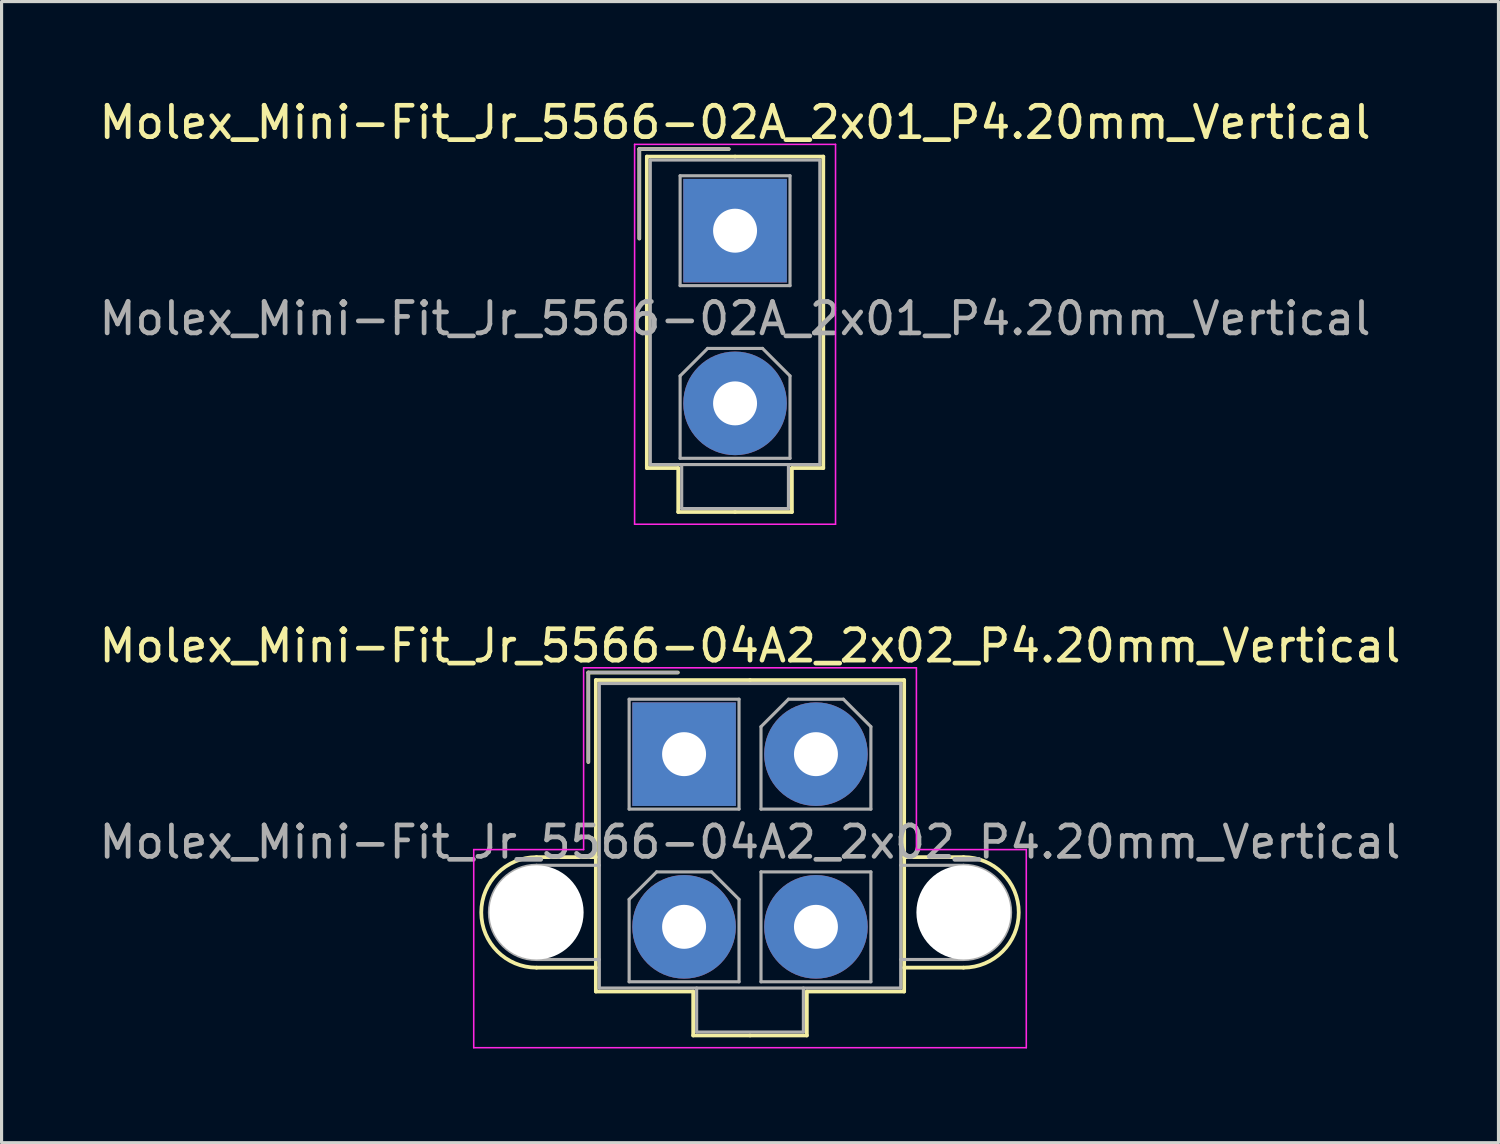
<source format=kicad_pcb>
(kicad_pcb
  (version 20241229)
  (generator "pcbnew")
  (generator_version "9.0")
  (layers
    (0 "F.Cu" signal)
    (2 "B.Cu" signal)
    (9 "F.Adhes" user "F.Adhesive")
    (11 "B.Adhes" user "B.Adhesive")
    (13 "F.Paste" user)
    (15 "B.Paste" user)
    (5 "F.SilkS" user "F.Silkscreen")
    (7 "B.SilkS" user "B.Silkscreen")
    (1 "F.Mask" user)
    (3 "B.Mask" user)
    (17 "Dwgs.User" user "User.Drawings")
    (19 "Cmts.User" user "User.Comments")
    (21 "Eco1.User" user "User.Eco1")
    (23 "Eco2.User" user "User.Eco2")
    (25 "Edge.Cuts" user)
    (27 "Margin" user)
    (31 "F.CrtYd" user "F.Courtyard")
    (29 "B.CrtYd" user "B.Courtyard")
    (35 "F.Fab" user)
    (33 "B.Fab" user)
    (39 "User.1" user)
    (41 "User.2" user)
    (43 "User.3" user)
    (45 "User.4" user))
  (footprint "Molex_Mini-Fit_Jr_5566-02A_2x01_P4.20mm_Vertical"
    (layer "F.Cu")
    (at 20.363 4.298)
    (property "Reference" "Molex_Mini-Fit_Jr_5566-02A_2x01_P4.20mm_Vertical" (at 0 -3.45 0) (layer "F.SilkS") (effects (font (size 1 1) (thickness 0.15))))
    (attr through_hole)
    (fp_line (start -3.05 -2.6) (end -3.05 0.25) (stroke (width 0.12) (type solid)) (layer "F.SilkS"))
    (fp_line (start -2.81 -2.36) (end -2.81 7.56) (stroke (width 0.12) (type solid)) (layer "F.SilkS"))
    (fp_line (start -2.81 7.56) (end -1.81 7.56) (stroke (width 0.12) (type solid)) (layer "F.SilkS"))
    (fp_line (start -1.81 7.56) (end -1.81 8.96) (stroke (width 0.12) (type solid)) (layer "F.SilkS"))
    (fp_line (start -1.81 8.96) (end 0 8.96) (stroke (width 0.12) (type solid)) (layer "F.SilkS"))
    (fp_line (start -0.2 -2.6) (end -3.05 -2.6) (stroke (width 0.12) (type solid)) (layer "F.SilkS"))
    (fp_line (start 0 -2.36) (end -2.81 -2.36) (stroke (width 0.12) (type solid)) (layer "F.SilkS"))
    (fp_line (start 0 -2.36) (end 2.81 -2.36) (stroke (width 0.12) (type solid)) (layer "F.SilkS"))
    (fp_line (start 1.81 7.56) (end 1.81 8.96) (stroke (width 0.12) (type solid)) (layer "F.SilkS"))
    (fp_line (start 1.81 8.96) (end 0 8.96) (stroke (width 0.12) (type solid)) (layer "F.SilkS"))
    (fp_line (start 2.81 -2.36) (end 2.81 7.56) (stroke (width 0.12) (type solid)) (layer "F.SilkS"))
    (fp_line (start 2.81 7.56) (end 1.81 7.56) (stroke (width 0.12) (type solid)) (layer "F.SilkS"))
    (fp_line (start -3.2 -2.75) (end -3.2 9.35) (stroke (width 0.05) (type solid)) (layer "F.CrtYd"))
    (fp_line (start -3.2 9.35) (end 3.2 9.35) (stroke (width 0.05) (type solid)) (layer "F.CrtYd"))
    (fp_line (start 3.2 -2.75) (end -3.2 -2.75) (stroke (width 0.05) (type solid)) (layer "F.CrtYd"))
    (fp_line (start 3.2 9.35) (end 3.2 -2.75) (stroke (width 0.05) (type solid)) (layer "F.CrtYd"))
    (fp_line (start -3.05 -2.6) (end -3.05 0.25) (stroke (width 0.1) (type solid)) (layer "F.Fab"))
    (fp_line (start -2.7 -2.25) (end -2.7 7.45) (stroke (width 0.1) (type solid)) (layer "F.Fab"))
    (fp_line (start -2.7 7.45) (end 2.7 7.45) (stroke (width 0.1) (type solid)) (layer "F.Fab"))
    (fp_line (start -1.75 -1.75) (end -1.75 1.75) (stroke (width 0.1) (type solid)) (layer "F.Fab"))
    (fp_line (start -1.75 1.75) (end 1.75 1.75) (stroke (width 0.1) (type solid)) (layer "F.Fab"))
    (fp_line (start -1.75 4.625) (end -0.875 3.75) (stroke (width 0.1) (type solid)) (layer "F.Fab"))
    (fp_line (start -1.75 7.25) (end -1.75 4.625) (stroke (width 0.1) (type solid)) (layer "F.Fab"))
    (fp_line (start -1.7 7.45) (end -1.7 8.85) (stroke (width 0.1) (type solid)) (layer "F.Fab"))
    (fp_line (start -1.7 8.85) (end 1.7 8.85) (stroke (width 0.1) (type solid)) (layer "F.Fab"))
    (fp_line (start -0.875 3.75) (end 0.875 3.75) (stroke (width 0.1) (type solid)) (layer "F.Fab"))
    (fp_line (start -0.2 -2.6) (end -3.05 -2.6) (stroke (width 0.1) (type solid)) (layer "F.Fab"))
    (fp_line (start 0.875 3.75) (end 1.75 4.625) (stroke (width 0.1) (type solid)) (layer "F.Fab"))
    (fp_line (start 1.7 8.85) (end 1.7 7.45) (stroke (width 0.1) (type solid)) (layer "F.Fab"))
    (fp_line (start 1.75 -1.75) (end -1.75 -1.75) (stroke (width 0.1) (type solid)) (layer "F.Fab"))
    (fp_line (start 1.75 1.75) (end 1.75 -1.75) (stroke (width 0.1) (type solid)) (layer "F.Fab"))
    (fp_line (start 1.75 4.625) (end 1.75 7.25) (stroke (width 0.1) (type solid)) (layer "F.Fab"))
    (fp_line (start 1.75 7.25) (end -1.75 7.25) (stroke (width 0.1) (type solid)) (layer "F.Fab"))
    (fp_line (start 2.7 -2.25) (end -2.7 -2.25) (stroke (width 0.1) (type solid)) (layer "F.Fab"))
    (fp_line (start 2.7 7.45) (end 2.7 -2.25) (stroke (width 0.1) (type solid)) (layer "F.Fab"))
    (fp_text user "${REFERENCE}" (at 0 2.8 0) (layer "F.Fab") (effects (font (size 1 1) (thickness 0.15))))
    (pad "1" thru_hole rect (at 0 0) (size 3.3 3.3) (drill 1.4) (layers "*.Cu" "*.Mask"))
    (pad "2" thru_hole circle (at 0 5.5) (size 3.3 3.3) (drill 1.4) (layers "*.Cu" "*.Mask")))
  (footprint "Molex_Mini-Fit_Jr_5566-04A2_2x02_P4.20mm_Vertical"
    (layer "F.Cu")
    (at 18.739 20.971)
    (property "Reference" "Molex_Mini-Fit_Jr_5566-04A2_2x02_P4.20mm_Vertical" (at 2.1 -3.45 0) (layer "F.SilkS") (effects (font (size 1 1) (thickness 0.15))))
    (attr through_hole)
    (fp_line (start -4.7 3.28) (end -2.81 3.28) (stroke (width 0.12) (type solid)) (layer "F.SilkS"))
    (fp_line (start -4.7 6.8) (end -2.81 6.8) (stroke (width 0.12) (type solid)) (layer "F.SilkS"))
    (fp_line (start -3.05 -2.6) (end -3.05 0.25) (stroke (width 0.12) (type solid)) (layer "F.SilkS"))
    (fp_line (start -2.81 -2.36) (end -2.81 7.56) (stroke (width 0.12) (type solid)) (layer "F.SilkS"))
    (fp_line (start -2.81 7.56) (end 0.29 7.56) (stroke (width 0.12) (type solid)) (layer "F.SilkS"))
    (fp_line (start -0.2 -2.6) (end -3.05 -2.6) (stroke (width 0.12) (type solid)) (layer "F.SilkS"))
    (fp_line (start 0.29 7.56) (end 0.29 8.96) (stroke (width 0.12) (type solid)) (layer "F.SilkS"))
    (fp_line (start 0.29 8.96) (end 2.1 8.96) (stroke (width 0.12) (type solid)) (layer "F.SilkS"))
    (fp_line (start 2.1 -2.36) (end -2.81 -2.36) (stroke (width 0.12) (type solid)) (layer "F.SilkS"))
    (fp_line (start 2.1 -2.36) (end 7.01 -2.36) (stroke (width 0.12) (type solid)) (layer "F.SilkS"))
    (fp_line (start 3.91 7.56) (end 3.91 8.96) (stroke (width 0.12) (type solid)) (layer "F.SilkS"))
    (fp_line (start 3.91 8.96) (end 2.1 8.96) (stroke (width 0.12) (type solid)) (layer "F.SilkS"))
    (fp_line (start 7.01 -2.36) (end 7.01 7.56) (stroke (width 0.12) (type solid)) (layer "F.SilkS"))
    (fp_line (start 7.01 7.56) (end 3.91 7.56) (stroke (width 0.12) (type solid)) (layer "F.SilkS"))
    (fp_line (start 8.9 3.28) (end 7.01 3.28) (stroke (width 0.12) (type solid)) (layer "F.SilkS"))
    (fp_line (start 8.9 6.8) (end 7.01 6.8) (stroke (width 0.12) (type solid)) (layer "F.SilkS"))
    (fp_arc (start -4.7 6.8) (mid -6.46 5.04) (end -4.7 3.28) (stroke (width 0.12) (type solid)) (layer "F.SilkS"))
    (fp_arc (start 8.9 3.28) (mid 10.66 5.04) (end 8.9 6.8) (stroke (width 0.12) (type solid)) (layer "F.SilkS"))
    (fp_line (start -6.7 3.04) (end -6.7 9.35) (stroke (width 0.05) (type solid)) (layer "F.CrtYd"))
    (fp_line (start -6.7 9.35) (end 10.9 9.35) (stroke (width 0.05) (type solid)) (layer "F.CrtYd"))
    (fp_line (start -3.2 -2.75) (end -3.2 3.04) (stroke (width 0.05) (type solid)) (layer "F.CrtYd"))
    (fp_line (start -3.2 3.04) (end -6.7 3.04) (stroke (width 0.05) (type solid)) (layer "F.CrtYd"))
    (fp_line (start 7.4 -2.75) (end -3.2 -2.75) (stroke (width 0.05) (type solid)) (layer "F.CrtYd"))
    (fp_line (start 7.4 3.04) (end 7.4 -2.75) (stroke (width 0.05) (type solid)) (layer "F.CrtYd"))
    (fp_line (start 10.9 3.04) (end 7.4 3.04) (stroke (width 0.05) (type solid)) (layer "F.CrtYd"))
    (fp_line (start 10.9 9.35) (end 10.9 3.04) (stroke (width 0.05) (type solid)) (layer "F.CrtYd"))
    (fp_line (start -4.7 3.54) (end -2.7 3.54) (stroke (width 0.1) (type solid)) (layer "F.Fab"))
    (fp_line (start -4.7 6.54) (end -2.7 6.54) (stroke (width 0.1) (type solid)) (layer "F.Fab"))
    (fp_line (start -3.05 -2.6) (end -3.05 0.25) (stroke (width 0.1) (type solid)) (layer "F.Fab"))
    (fp_line (start -2.7 -2.25) (end -2.7 7.45) (stroke (width 0.1) (type solid)) (layer "F.Fab"))
    (fp_line (start -2.7 7.45) (end 6.9 7.45) (stroke (width 0.1) (type solid)) (layer "F.Fab"))
    (fp_line (start -1.75 -1.75) (end -1.75 1.75) (stroke (width 0.1) (type solid)) (layer "F.Fab"))
    (fp_line (start -1.75 1.75) (end 1.75 1.75) (stroke (width 0.1) (type solid)) (layer "F.Fab"))
    (fp_line (start -1.75 4.625) (end -0.875 3.75) (stroke (width 0.1) (type solid)) (layer "F.Fab"))
    (fp_line (start -1.75 7.25) (end -1.75 4.625) (stroke (width 0.1) (type solid)) (layer "F.Fab"))
    (fp_line (start -0.875 3.75) (end 0.875 3.75) (stroke (width 0.1) (type solid)) (layer "F.Fab"))
    (fp_line (start -0.2 -2.6) (end -3.05 -2.6) (stroke (width 0.1) (type solid)) (layer "F.Fab"))
    (fp_line (start 0.4 7.45) (end 0.4 8.85) (stroke (width 0.1) (type solid)) (layer "F.Fab"))
    (fp_line (start 0.4 8.85) (end 3.8 8.85) (stroke (width 0.1) (type solid)) (layer "F.Fab"))
    (fp_line (start 0.875 3.75) (end 1.75 4.625) (stroke (width 0.1) (type solid)) (layer "F.Fab"))
    (fp_line (start 1.75 -1.75) (end -1.75 -1.75) (stroke (width 0.1) (type solid)) (layer "F.Fab"))
    (fp_line (start 1.75 1.75) (end 1.75 -1.75) (stroke (width 0.1) (type solid)) (layer "F.Fab"))
    (fp_line (start 1.75 4.625) (end 1.75 7.25) (stroke (width 0.1) (type solid)) (layer "F.Fab"))
    (fp_line (start 1.75 7.25) (end -1.75 7.25) (stroke (width 0.1) (type solid)) (layer "F.Fab"))
    (fp_line (start 2.45 -0.875) (end 3.325 -1.75) (stroke (width 0.1) (type solid)) (layer "F.Fab"))
    (fp_line (start 2.45 1.75) (end 2.45 -0.875) (stroke (width 0.1) (type solid)) (layer "F.Fab"))
    (fp_line (start 2.45 3.75) (end 2.45 7.25) (stroke (width 0.1) (type solid)) (layer "F.Fab"))
    (fp_line (start 2.45 7.25) (end 5.95 7.25) (stroke (width 0.1) (type solid)) (layer "F.Fab"))
    (fp_line (start 3.325 -1.75) (end 5.075 -1.75) (stroke (width 0.1) (type solid)) (layer "F.Fab"))
    (fp_line (start 3.8 8.85) (end 3.8 7.45) (stroke (width 0.1) (type solid)) (layer "F.Fab"))
    (fp_line (start 5.075 -1.75) (end 5.95 -0.875) (stroke (width 0.1) (type solid)) (layer "F.Fab"))
    (fp_line (start 5.95 -0.875) (end 5.95 1.75) (stroke (width 0.1) (type solid)) (layer "F.Fab"))
    (fp_line (start 5.95 1.75) (end 2.45 1.75) (stroke (width 0.1) (type solid)) (layer "F.Fab"))
    (fp_line (start 5.95 3.75) (end 2.45 3.75) (stroke (width 0.1) (type solid)) (layer "F.Fab"))
    (fp_line (start 5.95 7.25) (end 5.95 3.75) (stroke (width 0.1) (type solid)) (layer "F.Fab"))
    (fp_line (start 6.9 -2.25) (end -2.7 -2.25) (stroke (width 0.1) (type solid)) (layer "F.Fab"))
    (fp_line (start 6.9 7.45) (end 6.9 -2.25) (stroke (width 0.1) (type solid)) (layer "F.Fab"))
    (fp_line (start 8.9 3.54) (end 6.9 3.54) (stroke (width 0.1) (type solid)) (layer "F.Fab"))
    (fp_line (start 8.9 6.54) (end 6.9 6.54) (stroke (width 0.1) (type solid)) (layer "F.Fab"))
    (fp_arc (start -4.7 6.54) (mid -6.2 5.04) (end -4.7 3.54) (stroke (width 0.1) (type solid)) (layer "F.Fab"))
    (fp_arc (start 8.9 3.54) (mid 10.4 5.04) (end 8.9 6.54) (stroke (width 0.1) (type solid)) (layer "F.Fab"))
    (fp_text user "${REFERENCE}" (at 2.1 2.8 0) (layer "F.Fab") (effects (font (size 1 1) (thickness 0.15))))
    (pad "" np_thru_hole circle (at -4.7 5.04) (size 3 3) (drill 3) (layers "*.Cu" "*.Mask"))
    (pad "" np_thru_hole circle (at 8.9 5.04) (size 3 3) (drill 3) (layers "*.Cu" "*.Mask"))
    (pad "1" thru_hole rect (at 0 0) (size 3.3 3.3) (drill 1.4) (layers "*.Cu" "*.Mask"))
    (pad "2" thru_hole circle (at 4.2 0) (size 3.3 3.3) (drill 1.4) (layers "*.Cu" "*.Mask"))
    (pad "3" thru_hole circle (at 0 5.5) (size 3.3 3.3) (drill 1.4) (layers "*.Cu" "*.Mask"))
    (pad "4" thru_hole circle (at 4.2 5.5) (size 3.3 3.3) (drill 1.4) (layers "*.Cu" "*.Mask")))
  (gr_rect
    (start -3 -3)
    (end 44.679 33.346)
    (stroke (width 0.1) (type default))
    (fill no)
    (layer "Edge.Cuts")))
</source>
